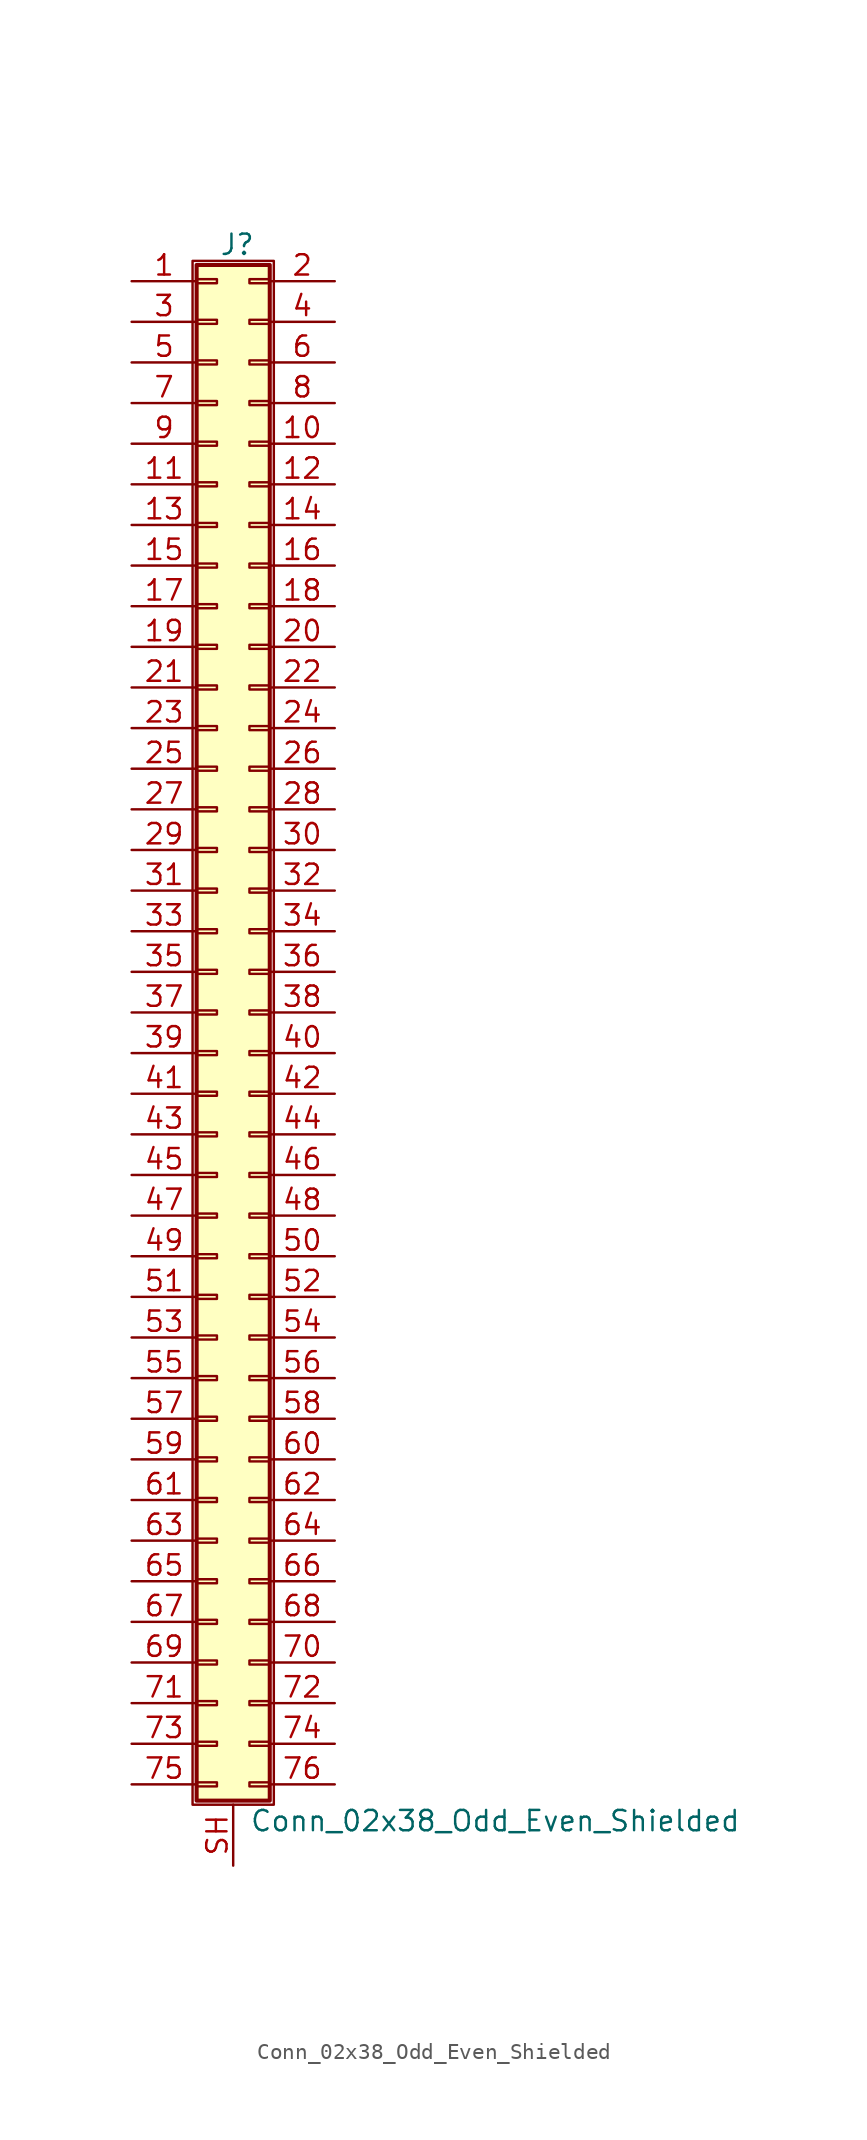
<source format=kicad_sym>
(kicad_symbol_lib
  (version 20220914)
  (generator kicad_symbol_editor)
  (symbol "Conn_02x38_Odd_Even_Shielded"
    (pin_names
      (offset 1.016) hide)
    (property "Reference" "J"
      (at 1.524 48.006 0)
      (effects (font (size 1.27 1.27))))
    (property "Value" "Conn_02x38_Odd_Even_Shielded"
      (at 2.286 -50.546 0)
      (effects (font (size 1.27 1.27)) (justify left)))
    (symbol "Conn_02x38_Odd_Even_Shielded_1_1"
      (rectangle (start -1.27 46.99) (end 3.81 -49.53) (stroke (width 0.152) (type default)) (fill (type none)))
      (rectangle (start -1.016 -48.133) (end 0.254 -48.387) (stroke (width 0.152) (type default)) (fill (type none)))
      (rectangle (start -1.016 -45.593) (end 0.254 -45.847) (stroke (width 0.152) (type default)) (fill (type none)))
      (rectangle (start -1.016 -43.053) (end 0.254 -43.307) (stroke (width 0.152) (type default)) (fill (type none)))
      (rectangle (start -1.016 -40.513) (end 0.254 -40.767) (stroke (width 0.152) (type default)) (fill (type none)))
      (rectangle (start -1.016 -37.973) (end 0.254 -38.227) (stroke (width 0.152) (type default)) (fill (type none)))
      (rectangle (start -1.016 -35.433) (end 0.254 -35.687) (stroke (width 0.152) (type default)) (fill (type none)))
      (rectangle (start -1.016 -32.893) (end 0.254 -33.147) (stroke (width 0.152) (type default)) (fill (type none)))
      (rectangle (start -1.016 -30.353) (end 0.254 -30.607) (stroke (width 0.152) (type default)) (fill (type none)))
      (rectangle (start -1.016 -27.813) (end 0.254 -28.067) (stroke (width 0.152) (type default)) (fill (type none)))
      (rectangle (start -1.016 -25.273) (end 0.254 -25.527) (stroke (width 0.152) (type default)) (fill (type none)))
      (rectangle (start -1.016 -22.733) (end 0.254 -22.987) (stroke (width 0.152) (type default)) (fill (type none)))
      (rectangle (start -1.016 -20.193) (end 0.254 -20.447) (stroke (width 0.152) (type default)) (fill (type none)))
      (rectangle (start -1.016 -17.653) (end 0.254 -17.907) (stroke (width 0.152) (type default)) (fill (type none)))
      (rectangle (start -1.016 -15.113) (end 0.254 -15.367) (stroke (width 0.152) (type default)) (fill (type none)))
      (rectangle (start -1.016 -12.573) (end 0.254 -12.827) (stroke (width 0.152) (type default)) (fill (type none)))
      (rectangle (start -1.016 -10.033) (end 0.254 -10.287) (stroke (width 0.152) (type default)) (fill (type none)))
      (rectangle (start -1.016 -7.493) (end 0.254 -7.747) (stroke (width 0.152) (type default)) (fill (type none)))
      (rectangle (start -1.016 -4.953) (end 0.254 -5.207) (stroke (width 0.152) (type default)) (fill (type none)))
      (rectangle (start -1.016 -2.413) (end 0.254 -2.667) (stroke (width 0.152) (type default)) (fill (type none)))
      (rectangle (start -1.016 0.127) (end 0.254 -0.127) (stroke (width 0.152) (type default)) (fill (type none)))
      (rectangle (start -1.016 2.667) (end 0.254 2.413) (stroke (width 0.152) (type default)) (fill (type none)))
      (rectangle (start -1.016 5.207) (end 0.254 4.953) (stroke (width 0.152) (type default)) (fill (type none)))
      (rectangle (start -1.016 7.747) (end 0.254 7.493) (stroke (width 0.152) (type default)) (fill (type none)))
      (rectangle (start -1.016 10.287) (end 0.254 10.033) (stroke (width 0.152) (type default)) (fill (type none)))
      (rectangle (start -1.016 12.827) (end 0.254 12.573) (stroke (width 0.152) (type default)) (fill (type none)))
      (rectangle (start -1.016 15.367) (end 0.254 15.113) (stroke (width 0.152) (type default)) (fill (type none)))
      (rectangle (start -1.016 17.907) (end 0.254 17.653) (stroke (width 0.152) (type default)) (fill (type none)))
      (rectangle (start -1.016 20.447) (end 0.254 20.193) (stroke (width 0.152) (type default)) (fill (type none)))
      (rectangle (start -1.016 22.987) (end 0.254 22.733) (stroke (width 0.152) (type default)) (fill (type none)))
      (rectangle (start -1.016 25.527) (end 0.254 25.273) (stroke (width 0.152) (type default)) (fill (type none)))
      (rectangle (start -1.016 28.067) (end 0.254 27.813) (stroke (width 0.152) (type default)) (fill (type none)))
      (rectangle (start -1.016 30.607) (end 0.254 30.353) (stroke (width 0.152) (type default)) (fill (type none)))
      (rectangle (start -1.016 33.147) (end 0.254 32.893) (stroke (width 0.152) (type default)) (fill (type none)))
      (rectangle (start -1.016 35.687) (end 0.254 35.433) (stroke (width 0.152) (type default)) (fill (type none)))
      (rectangle (start -1.016 38.227) (end 0.254 37.973) (stroke (width 0.152) (type default)) (fill (type none)))
      (rectangle (start -1.016 40.767) (end 0.254 40.513) (stroke (width 0.152) (type default)) (fill (type none)))
      (rectangle (start -1.016 43.307) (end 0.254 43.053) (stroke (width 0.152) (type default)) (fill (type none)))
      (rectangle (start -1.016 45.847) (end 0.254 45.593) (stroke (width 0.152) (type default)) (fill (type none)))
      (rectangle (start -1.016 46.736) (end 3.556 -49.276) (stroke (width 0.254) (type default)) (fill (type background)))
      (rectangle (start 3.556 -48.133) (end 2.286 -48.387) (stroke (width 0.152) (type default)) (fill (type none)))
      (rectangle (start 3.556 -45.593) (end 2.286 -45.847) (stroke (width 0.152) (type default)) (fill (type none)))
      (rectangle (start 3.556 -43.053) (end 2.286 -43.307) (stroke (width 0.152) (type default)) (fill (type none)))
      (rectangle (start 3.556 -40.513) (end 2.286 -40.767) (stroke (width 0.152) (type default)) (fill (type none)))
      (rectangle (start 3.556 -37.973) (end 2.286 -38.227) (stroke (width 0.152) (type default)) (fill (type none)))
      (rectangle (start 3.556 -35.433) (end 2.286 -35.687) (stroke (width 0.152) (type default)) (fill (type none)))
      (rectangle (start 3.556 -32.893) (end 2.286 -33.147) (stroke (width 0.152) (type default)) (fill (type none)))
      (rectangle (start 3.556 -30.353) (end 2.286 -30.607) (stroke (width 0.152) (type default)) (fill (type none)))
      (rectangle (start 3.556 -27.813) (end 2.286 -28.067) (stroke (width 0.152) (type default)) (fill (type none)))
      (rectangle (start 3.556 -25.273) (end 2.286 -25.527) (stroke (width 0.152) (type default)) (fill (type none)))
      (rectangle (start 3.556 -22.733) (end 2.286 -22.987) (stroke (width 0.152) (type default)) (fill (type none)))
      (rectangle (start 3.556 -20.193) (end 2.286 -20.447) (stroke (width 0.152) (type default)) (fill (type none)))
      (rectangle (start 3.556 -17.653) (end 2.286 -17.907) (stroke (width 0.152) (type default)) (fill (type none)))
      (rectangle (start 3.556 -15.113) (end 2.286 -15.367) (stroke (width 0.152) (type default)) (fill (type none)))
      (rectangle (start 3.556 -12.573) (end 2.286 -12.827) (stroke (width 0.152) (type default)) (fill (type none)))
      (rectangle (start 3.556 -10.033) (end 2.286 -10.287) (stroke (width 0.152) (type default)) (fill (type none)))
      (rectangle (start 3.556 -7.493) (end 2.286 -7.747) (stroke (width 0.152) (type default)) (fill (type none)))
      (rectangle (start 3.556 -4.953) (end 2.286 -5.207) (stroke (width 0.152) (type default)) (fill (type none)))
      (rectangle (start 3.556 -2.413) (end 2.286 -2.667) (stroke (width 0.152) (type default)) (fill (type none)))
      (rectangle (start 3.556 0.127) (end 2.286 -0.127) (stroke (width 0.152) (type default)) (fill (type none)))
      (rectangle (start 3.556 2.667) (end 2.286 2.413) (stroke (width 0.152) (type default)) (fill (type none)))
      (rectangle (start 3.556 5.207) (end 2.286 4.953) (stroke (width 0.152) (type default)) (fill (type none)))
      (rectangle (start 3.556 7.747) (end 2.286 7.493) (stroke (width 0.152) (type default)) (fill (type none)))
      (rectangle (start 3.556 10.287) (end 2.286 10.033) (stroke (width 0.152) (type default)) (fill (type none)))
      (rectangle (start 3.556 12.827) (end 2.286 12.573) (stroke (width 0.152) (type default)) (fill (type none)))
      (rectangle (start 3.556 15.367) (end 2.286 15.113) (stroke (width 0.152) (type default)) (fill (type none)))
      (rectangle (start 3.556 17.907) (end 2.286 17.653) (stroke (width 0.152) (type default)) (fill (type none)))
      (rectangle (start 3.556 20.447) (end 2.286 20.193) (stroke (width 0.152) (type default)) (fill (type none)))
      (rectangle (start 3.556 22.987) (end 2.286 22.733) (stroke (width 0.152) (type default)) (fill (type none)))
      (rectangle (start 3.556 25.527) (end 2.286 25.273) (stroke (width 0.152) (type default)) (fill (type none)))
      (rectangle (start 3.556 28.067) (end 2.286 27.813) (stroke (width 0.152) (type default)) (fill (type none)))
      (rectangle (start 3.556 30.607) (end 2.286 30.353) (stroke (width 0.152) (type default)) (fill (type none)))
      (rectangle (start 3.556 33.147) (end 2.286 32.893) (stroke (width 0.152) (type default)) (fill (type none)))
      (rectangle (start 3.556 35.687) (end 2.286 35.433) (stroke (width 0.152) (type default)) (fill (type none)))
      (rectangle (start 3.556 38.227) (end 2.286 37.973) (stroke (width 0.152) (type default)) (fill (type none)))
      (rectangle (start 3.556 40.767) (end 2.286 40.513) (stroke (width 0.152) (type default)) (fill (type none)))
      (rectangle (start 3.556 43.307) (end 2.286 43.053) (stroke (width 0.152) (type default)) (fill (type none)))
      (rectangle (start 3.556 45.847) (end 2.286 45.593) (stroke (width 0.152) (type default)) (fill (type none)))
      (pin passive line (at -5.08 45.72 0) (length 4.064) (name "Pin_1" (effects (font (size 1.27 1.27)))) (number "1" (effects (font (size 1.27 1.27)))))
      (pin passive line (at 7.62 35.56 180) (length 4.064) (name "Pin_10" (effects (font (size 1.27 1.27)))) (number "10" (effects (font (size 1.27 1.27)))))
      (pin passive line (at -5.08 33.02 0) (length 4.064) (name "Pin_11" (effects (font (size 1.27 1.27)))) (number "11" (effects (font (size 1.27 1.27)))))
      (pin passive line (at 7.62 33.02 180) (length 4.064) (name "Pin_12" (effects (font (size 1.27 1.27)))) (number "12" (effects (font (size 1.27 1.27)))))
      (pin passive line (at -5.08 30.48 0) (length 4.064) (name "Pin_13" (effects (font (size 1.27 1.27)))) (number "13" (effects (font (size 1.27 1.27)))))
      (pin passive line (at 7.62 30.48 180) (length 4.064) (name "Pin_14" (effects (font (size 1.27 1.27)))) (number "14" (effects (font (size 1.27 1.27)))))
      (pin passive line (at -5.08 27.94 0) (length 4.064) (name "Pin_15" (effects (font (size 1.27 1.27)))) (number "15" (effects (font (size 1.27 1.27)))))
      (pin passive line (at 7.62 27.94 180) (length 4.064) (name "Pin_16" (effects (font (size 1.27 1.27)))) (number "16" (effects (font (size 1.27 1.27)))))
      (pin passive line (at -5.08 25.4 0) (length 4.064) (name "Pin_17" (effects (font (size 1.27 1.27)))) (number "17" (effects (font (size 1.27 1.27)))))
      (pin passive line (at 7.62 25.4 180) (length 4.064) (name "Pin_18" (effects (font (size 1.27 1.27)))) (number "18" (effects (font (size 1.27 1.27)))))
      (pin passive line (at -5.08 22.86 0) (length 4.064) (name "Pin_19" (effects (font (size 1.27 1.27)))) (number "19" (effects (font (size 1.27 1.27)))))
      (pin passive line (at 7.62 45.72 180) (length 4.064) (name "Pin_2" (effects (font (size 1.27 1.27)))) (number "2" (effects (font (size 1.27 1.27)))))
      (pin passive line (at 7.62 22.86 180) (length 4.064) (name "Pin_20" (effects (font (size 1.27 1.27)))) (number "20" (effects (font (size 1.27 1.27)))))
      (pin passive line (at -5.08 20.32 0) (length 4.064) (name "Pin_21" (effects (font (size 1.27 1.27)))) (number "21" (effects (font (size 1.27 1.27)))))
      (pin passive line (at 7.62 20.32 180) (length 4.064) (name "Pin_22" (effects (font (size 1.27 1.27)))) (number "22" (effects (font (size 1.27 1.27)))))
      (pin passive line (at -5.08 17.78 0) (length 4.064) (name "Pin_23" (effects (font (size 1.27 1.27)))) (number "23" (effects (font (size 1.27 1.27)))))
      (pin passive line (at 7.62 17.78 180) (length 4.064) (name "Pin_24" (effects (font (size 1.27 1.27)))) (number "24" (effects (font (size 1.27 1.27)))))
      (pin passive line (at -5.08 15.24 0) (length 4.064) (name "Pin_25" (effects (font (size 1.27 1.27)))) (number "25" (effects (font (size 1.27 1.27)))))
      (pin passive line (at 7.62 15.24 180) (length 4.064) (name "Pin_26" (effects (font (size 1.27 1.27)))) (number "26" (effects (font (size 1.27 1.27)))))
      (pin passive line (at -5.08 12.7 0) (length 4.064) (name "Pin_27" (effects (font (size 1.27 1.27)))) (number "27" (effects (font (size 1.27 1.27)))))
      (pin passive line (at 7.62 12.7 180) (length 4.064) (name "Pin_28" (effects (font (size 1.27 1.27)))) (number "28" (effects (font (size 1.27 1.27)))))
      (pin passive line (at -5.08 10.16 0) (length 4.064) (name "Pin_29" (effects (font (size 1.27 1.27)))) (number "29" (effects (font (size 1.27 1.27)))))
      (pin passive line (at -5.08 43.18 0) (length 4.064) (name "Pin_3" (effects (font (size 1.27 1.27)))) (number "3" (effects (font (size 1.27 1.27)))))
      (pin passive line (at 7.62 10.16 180) (length 4.064) (name "Pin_30" (effects (font (size 1.27 1.27)))) (number "30" (effects (font (size 1.27 1.27)))))
      (pin passive line (at -5.08 7.62 0) (length 4.064) (name "Pin_31" (effects (font (size 1.27 1.27)))) (number "31" (effects (font (size 1.27 1.27)))))
      (pin passive line (at 7.62 7.62 180) (length 4.064) (name "Pin_32" (effects (font (size 1.27 1.27)))) (number "32" (effects (font (size 1.27 1.27)))))
      (pin passive line (at -5.08 5.08 0) (length 4.064) (name "Pin_33" (effects (font (size 1.27 1.27)))) (number "33" (effects (font (size 1.27 1.27)))))
      (pin passive line (at 7.62 5.08 180) (length 4.064) (name "Pin_34" (effects (font (size 1.27 1.27)))) (number "34" (effects (font (size 1.27 1.27)))))
      (pin passive line (at -5.08 2.54 0) (length 4.064) (name "Pin_35" (effects (font (size 1.27 1.27)))) (number "35" (effects (font (size 1.27 1.27)))))
      (pin passive line (at 7.62 2.54 180) (length 4.064) (name "Pin_36" (effects (font (size 1.27 1.27)))) (number "36" (effects (font (size 1.27 1.27)))))
      (pin passive line (at -5.08 0 0) (length 4.064) (name "Pin_37" (effects (font (size 1.27 1.27)))) (number "37" (effects (font (size 1.27 1.27)))))
      (pin passive line (at 7.62 0 180) (length 4.064) (name "Pin_38" (effects (font (size 1.27 1.27)))) (number "38" (effects (font (size 1.27 1.27)))))
      (pin passive line (at -5.08 -2.54 0) (length 4.064) (name "Pin_39" (effects (font (size 1.27 1.27)))) (number "39" (effects (font (size 1.27 1.27)))))
      (pin passive line (at 7.62 43.18 180) (length 4.064) (name "Pin_4" (effects (font (size 1.27 1.27)))) (number "4" (effects (font (size 1.27 1.27)))))
      (pin passive line (at 7.62 -2.54 180) (length 4.064) (name "Pin_40" (effects (font (size 1.27 1.27)))) (number "40" (effects (font (size 1.27 1.27)))))
      (pin passive line (at -5.08 -5.08 0) (length 4.064) (name "Pin_41" (effects (font (size 1.27 1.27)))) (number "41" (effects (font (size 1.27 1.27)))))
      (pin passive line (at 7.62 -5.08 180) (length 4.064) (name "Pin_42" (effects (font (size 1.27 1.27)))) (number "42" (effects (font (size 1.27 1.27)))))
      (pin passive line (at -5.08 -7.62 0) (length 4.064) (name "Pin_43" (effects (font (size 1.27 1.27)))) (number "43" (effects (font (size 1.27 1.27)))))
      (pin passive line (at 7.62 -7.62 180) (length 4.064) (name "Pin_44" (effects (font (size 1.27 1.27)))) (number "44" (effects (font (size 1.27 1.27)))))
      (pin passive line (at -5.08 -10.16 0) (length 4.064) (name "Pin_45" (effects (font (size 1.27 1.27)))) (number "45" (effects (font (size 1.27 1.27)))))
      (pin passive line (at 7.62 -10.16 180) (length 4.064) (name "Pin_46" (effects (font (size 1.27 1.27)))) (number "46" (effects (font (size 1.27 1.27)))))
      (pin passive line (at -5.08 -12.7 0) (length 4.064) (name "Pin_47" (effects (font (size 1.27 1.27)))) (number "47" (effects (font (size 1.27 1.27)))))
      (pin passive line (at 7.62 -12.7 180) (length 4.064) (name "Pin_48" (effects (font (size 1.27 1.27)))) (number "48" (effects (font (size 1.27 1.27)))))
      (pin passive line (at -5.08 -15.24 0) (length 4.064) (name "Pin_49" (effects (font (size 1.27 1.27)))) (number "49" (effects (font (size 1.27 1.27)))))
      (pin passive line (at -5.08 40.64 0) (length 4.064) (name "Pin_5" (effects (font (size 1.27 1.27)))) (number "5" (effects (font (size 1.27 1.27)))))
      (pin passive line (at 7.62 -15.24 180) (length 4.064) (name "Pin_50" (effects (font (size 1.27 1.27)))) (number "50" (effects (font (size 1.27 1.27)))))
      (pin passive line (at -5.08 -17.78 0) (length 4.064) (name "Pin_51" (effects (font (size 1.27 1.27)))) (number "51" (effects (font (size 1.27 1.27)))))
      (pin passive line (at 7.62 -17.78 180) (length 4.064) (name "Pin_52" (effects (font (size 1.27 1.27)))) (number "52" (effects (font (size 1.27 1.27)))))
      (pin passive line (at -5.08 -20.32 0) (length 4.064) (name "Pin_53" (effects (font (size 1.27 1.27)))) (number "53" (effects (font (size 1.27 1.27)))))
      (pin passive line (at 7.62 -20.32 180) (length 4.064) (name "Pin_54" (effects (font (size 1.27 1.27)))) (number "54" (effects (font (size 1.27 1.27)))))
      (pin passive line (at -5.08 -22.86 0) (length 4.064) (name "Pin_55" (effects (font (size 1.27 1.27)))) (number "55" (effects (font (size 1.27 1.27)))))
      (pin passive line (at 7.62 -22.86 180) (length 4.064) (name "Pin_56" (effects (font (size 1.27 1.27)))) (number "56" (effects (font (size 1.27 1.27)))))
      (pin passive line (at -5.08 -25.4 0) (length 4.064) (name "Pin_57" (effects (font (size 1.27 1.27)))) (number "57" (effects (font (size 1.27 1.27)))))
      (pin passive line (at 7.62 -25.4 180) (length 4.064) (name "Pin_58" (effects (font (size 1.27 1.27)))) (number "58" (effects (font (size 1.27 1.27)))))
      (pin passive line (at -5.08 -27.94 0) (length 4.064) (name "Pin_59" (effects (font (size 1.27 1.27)))) (number "59" (effects (font (size 1.27 1.27)))))
      (pin passive line (at 7.62 40.64 180) (length 4.064) (name "Pin_6" (effects (font (size 1.27 1.27)))) (number "6" (effects (font (size 1.27 1.27)))))
      (pin passive line (at 7.62 -27.94 180) (length 4.064) (name "Pin_60" (effects (font (size 1.27 1.27)))) (number "60" (effects (font (size 1.27 1.27)))))
      (pin passive line (at -5.08 -30.48 0) (length 4.064) (name "Pin_61" (effects (font (size 1.27 1.27)))) (number "61" (effects (font (size 1.27 1.27)))))
      (pin passive line (at 7.62 -30.48 180) (length 4.064) (name "Pin_62" (effects (font (size 1.27 1.27)))) (number "62" (effects (font (size 1.27 1.27)))))
      (pin passive line (at -5.08 -33.02 0) (length 4.064) (name "Pin_63" (effects (font (size 1.27 1.27)))) (number "63" (effects (font (size 1.27 1.27)))))
      (pin passive line (at 7.62 -33.02 180) (length 4.064) (name "Pin_64" (effects (font (size 1.27 1.27)))) (number "64" (effects (font (size 1.27 1.27)))))
      (pin passive line (at -5.08 -35.56 0) (length 4.064) (name "Pin_65" (effects (font (size 1.27 1.27)))) (number "65" (effects (font (size 1.27 1.27)))))
      (pin passive line (at 7.62 -35.56 180) (length 4.064) (name "Pin_66" (effects (font (size 1.27 1.27)))) (number "66" (effects (font (size 1.27 1.27)))))
      (pin passive line (at -5.08 -38.1 0) (length 4.064) (name "Pin_67" (effects (font (size 1.27 1.27)))) (number "67" (effects (font (size 1.27 1.27)))))
      (pin passive line (at 7.62 -38.1 180) (length 4.064) (name "Pin_68" (effects (font (size 1.27 1.27)))) (number "68" (effects (font (size 1.27 1.27)))))
      (pin passive line (at -5.08 -40.64 0) (length 4.064) (name "Pin_69" (effects (font (size 1.27 1.27)))) (number "69" (effects (font (size 1.27 1.27)))))
      (pin passive line (at -5.08 38.1 0) (length 4.064) (name "Pin_7" (effects (font (size 1.27 1.27)))) (number "7" (effects (font (size 1.27 1.27)))))
      (pin passive line (at 7.62 -40.64 180) (length 4.064) (name "Pin_70" (effects (font (size 1.27 1.27)))) (number "70" (effects (font (size 1.27 1.27)))))
      (pin passive line (at -5.08 -43.18 0) (length 4.064) (name "Pin_71" (effects (font (size 1.27 1.27)))) (number "71" (effects (font (size 1.27 1.27)))))
      (pin passive line (at 7.62 -43.18 180) (length 4.064) (name "Pin_72" (effects (font (size 1.27 1.27)))) (number "72" (effects (font (size 1.27 1.27)))))
      (pin passive line (at -5.08 -45.72 0) (length 4.064) (name "Pin_73" (effects (font (size 1.27 1.27)))) (number "73" (effects (font (size 1.27 1.27)))))
      (pin passive line (at 7.62 -45.72 180) (length 4.064) (name "Pin_74" (effects (font (size 1.27 1.27)))) (number "74" (effects (font (size 1.27 1.27)))))
      (pin passive line (at -5.08 -48.26 0) (length 4.064) (name "Pin_75" (effects (font (size 1.27 1.27)))) (number "75" (effects (font (size 1.27 1.27)))))
      (pin passive line (at 7.62 -48.26 180) (length 4.064) (name "Pin_76" (effects (font (size 1.27 1.27)))) (number "76" (effects (font (size 1.27 1.27)))))
      (pin passive line (at 7.62 38.1 180) (length 4.064) (name "Pin_8" (effects (font (size 1.27 1.27)))) (number "8" (effects (font (size 1.27 1.27)))))
      (pin passive line (at -5.08 35.56 0) (length 4.064) (name "Pin_9" (effects (font (size 1.27 1.27)))) (number "9" (effects (font (size 1.27 1.27)))))
      (pin passive line (at 1.27 -53.34 90) (length 3.81) (name "Shield" (effects (font (size 1.27 1.27)))) (number "SH" (effects (font (size 1.27 1.27))))))))
</source>
